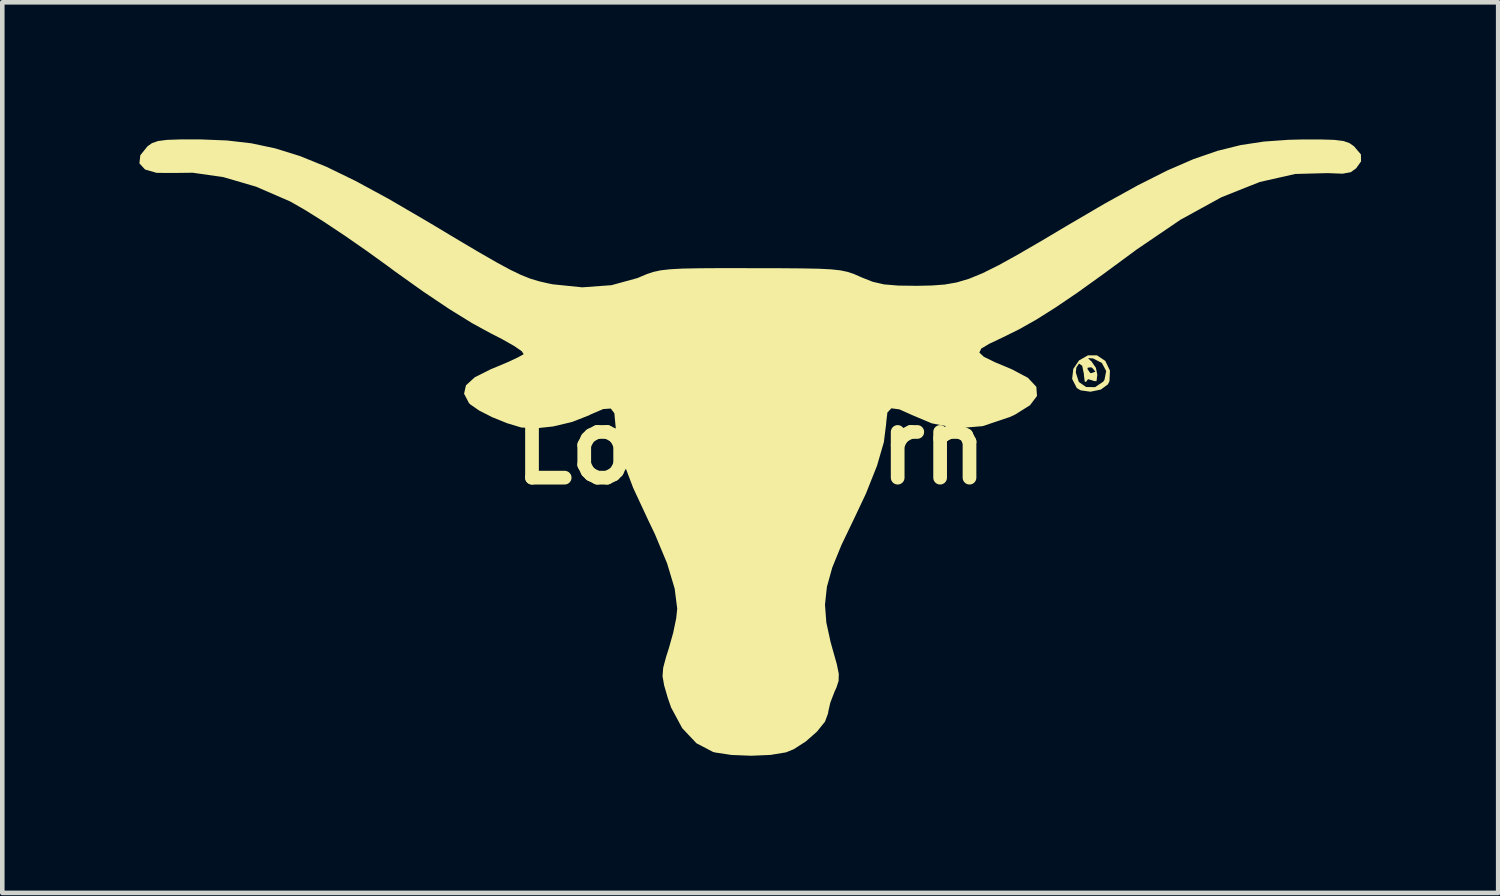
<source format=kicad_pcb>
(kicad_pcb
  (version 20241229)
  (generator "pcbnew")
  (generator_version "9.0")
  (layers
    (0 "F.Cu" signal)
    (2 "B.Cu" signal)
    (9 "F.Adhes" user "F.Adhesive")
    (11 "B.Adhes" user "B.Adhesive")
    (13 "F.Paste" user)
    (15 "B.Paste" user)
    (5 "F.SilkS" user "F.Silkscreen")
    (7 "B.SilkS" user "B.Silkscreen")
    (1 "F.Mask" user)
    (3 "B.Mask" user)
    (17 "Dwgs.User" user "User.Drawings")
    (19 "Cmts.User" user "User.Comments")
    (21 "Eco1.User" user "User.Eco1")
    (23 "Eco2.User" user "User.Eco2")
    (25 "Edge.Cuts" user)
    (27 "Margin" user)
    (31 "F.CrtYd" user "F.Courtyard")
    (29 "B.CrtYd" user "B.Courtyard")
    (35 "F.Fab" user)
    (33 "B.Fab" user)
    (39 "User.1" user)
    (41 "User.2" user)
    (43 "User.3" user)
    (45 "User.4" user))
  (footprint "Longhorn"
    (layer "F.Cu")
    (at 13.375 6.722)
    (property "Reference" "Longhorn" (at 0 0 0) (layer "F.SilkS") (effects (font (size 1.5 1.5) (thickness 0.3))))
    (attr board_only exclude_from_pos_files exclude_from_bom)
    (fp_poly (pts (xy 7.757 -1.876) (xy 7.858 -1.664) (xy 7.848 -1.433) (xy 7.814 -1.363) (xy 7.659 -1.249) (xy 7.431 -1.202) (xy 7.214 -1.233) (xy 7.133 -1.283) (xy 7.031 -1.483) (xy 7.047 -1.621) (xy 7.112 -1.621) (xy 7.177 -1.416) (xy 7.336 -1.305) (xy 7.533 -1.302) (xy 7.71 -1.421) (xy 7.738 -1.46) (xy 7.776 -1.654) (xy 7.682 -1.831) (xy 7.489 -1.93) (xy 7.484 -1.931) (xy 7.379 -1.937) (xy 7.429 -1.885) (xy 7.451 -1.87) (xy 7.551 -1.725) (xy 7.582 -1.573) (xy 7.564 -1.432) (xy 7.494 -1.439) (xy 7.484 -1.447) (xy 7.378 -1.477) (xy 7.339 -1.422) (xy 7.308 -1.419) (xy 7.29 -1.552) (xy 7.288 -1.592) (xy 7.266 -1.698) (xy 7.366 -1.698) (xy 7.427 -1.612) (xy 7.451 -1.609) (xy 7.533 -1.638) (xy 7.535 -1.646) (xy 7.476 -1.718) (xy 7.451 -1.736) (xy 7.373 -1.729) (xy 7.366 -1.698) (xy 7.266 -1.698) (xy 7.251 -1.77) (xy 7.181 -1.818) (xy 7.122 -1.728) (xy 7.112 -1.621) (xy 7.047 -1.621) (xy 7.056 -1.7) (xy 7.182 -1.887) (xy 7.377 -1.998) (xy 7.573 -1.998)) (stroke (width 0) (type solid)) (fill yes) (layer "F.SilkS"))
    (fp_poly (pts (xy -12.041 -6.722) (xy -12.035 -6.722) (xy -11.463 -6.699) (xy -10.926 -6.637) (xy -10.4 -6.525) (xy -9.86 -6.357) (xy -9.283 -6.123) (xy -8.646 -5.813) (xy -7.923 -5.421) (xy -7.092 -4.936) (xy -6.996 -4.879) (xy -6.401 -4.522) (xy -5.928 -4.243) (xy -5.557 -4.03) (xy -5.265 -3.872) (xy -5.031 -3.759) (xy -4.832 -3.679) (xy -4.647 -3.622) (xy -4.454 -3.577) (xy -4.334 -3.552) (xy -3.685 -3.486) (xy -3.046 -3.533) (xy -2.478 -3.689) (xy -2.419 -3.714) (xy -2.272 -3.776) (xy -2.13 -3.823) (xy -1.97 -3.858) (xy -1.766 -3.881) (xy -1.493 -3.896) (xy -1.126 -3.903) (xy -0.64 -3.906) (xy -0.01 -3.905) (xy 0 -3.905) (xy 0.632 -3.904) (xy 1.12 -3.9) (xy 1.488 -3.893) (xy 1.76 -3.879) (xy 1.962 -3.857) (xy 2.117 -3.824) (xy 2.251 -3.78) (xy 2.388 -3.72) (xy 2.429 -3.702) (xy 2.668 -3.607) (xy 2.917 -3.55) (xy 3.228 -3.524) (xy 3.641 -3.519) (xy 3.962 -3.526) (xy 4.243 -3.547) (xy 4.506 -3.593) (xy 4.775 -3.673) (xy 5.074 -3.796) (xy 5.428 -3.972) (xy 5.859 -4.211) (xy 6.392 -4.521) (xy 6.896 -4.821) (xy 7.741 -5.316) (xy 8.472 -5.72) (xy 9.112 -6.042) (xy 9.684 -6.29) (xy 10.212 -6.472) (xy 10.718 -6.598) (xy 11.226 -6.675) (xy 11.759 -6.713) (xy 12.035 -6.72) (xy 12.47 -6.721) (xy 12.769 -6.712) (xy 12.967 -6.687) (xy 13.099 -6.641) (xy 13.197 -6.572) (xy 13.199 -6.57) (xy 13.349 -6.394) (xy 13.352 -6.241) (xy 13.245 -6.09) (xy 13.128 -6.005) (xy 12.949 -5.972) (xy 12.659 -5.983) (xy 12.631 -5.985) (xy 11.912 -5.966) (xy 11.134 -5.79) (xy 10.298 -5.457) (xy 9.402 -4.965) (xy 8.447 -4.316) (xy 8.382 -4.268) (xy 7.707 -3.771) (xy 7.142 -3.366) (xy 6.662 -3.041) (xy 6.248 -2.78) (xy 5.876 -2.57) (xy 5.525 -2.396) (xy 5.517 -2.392) (xy 5.217 -2.25) (xy 5.043 -2.146) (xy 5.001 -2.059) (xy 5.098 -1.967) (xy 5.339 -1.849) (xy 5.712 -1.693) (xy 6.064 -1.506) (xy 6.248 -1.31) (xy 6.262 -1.109) (xy 6.109 -0.906) (xy 5.786 -0.703) (xy 5.673 -0.65) (xy 5.074 -0.449) (xy 4.514 -0.402) (xy 3.958 -0.511) (xy 3.538 -0.688) (xy 3.251 -0.816) (xy 3.077 -0.839) (xy 2.989 -0.747) (xy 2.964 -0.535) (xy 2.963 -0.505) (xy 2.912 -0.099) (xy 2.762 0.418) (xy 2.52 1.026) (xy 2.27 1.556) (xy 1.983 2.154) (xy 1.783 2.645) (xy 1.666 3.067) (xy 1.624 3.456) (xy 1.653 3.845) (xy 1.746 4.272) (xy 1.792 4.437) (xy 1.883 4.759) (xy 1.926 4.971) (xy 1.922 5.124) (xy 1.875 5.269) (xy 1.834 5.358) (xy 1.741 5.6) (xy 1.694 5.805) (xy 1.693 5.83) (xy 1.625 6.015) (xy 1.448 6.235) (xy 1.205 6.449) (xy 0.941 6.619) (xy 0.771 6.688) (xy 0.433 6.744) (xy 0.009 6.762) (xy -0.421 6.745) (xy -0.778 6.691) (xy -0.825 6.679) (xy -1.188 6.489) (xy -1.5 6.158) (xy -1.742 5.708) (xy -1.812 5.507) (xy -1.895 5.223) (xy -1.93 5.023) (xy -1.916 4.837) (xy -1.852 4.598) (xy -1.791 4.407) (xy -1.697 4.072) (xy -1.631 3.755) (xy -1.609 3.544) (xy -1.665 3.104) (xy -1.83 2.554) (xy -2.099 1.909) (xy -2.248 1.599) (xy -2.572 0.903) (xy -2.802 0.297) (xy -2.933 -0.206) (xy -2.963 -0.505) (xy -2.984 -0.731) (xy -3.063 -0.834) (xy -3.227 -0.823) (xy -3.5 -0.706) (xy -3.542 -0.684) (xy -3.907 -0.541) (xy -4.323 -0.442) (xy -4.723 -0.399) (xy -5.023 -0.42) (xy -5.331 -0.513) (xy -5.657 -0.645) (xy -5.945 -0.792) (xy -6.139 -0.927) (xy -6.166 -0.955) (xy -6.272 -1.158) (xy -6.231 -1.342) (xy -6.037 -1.519) (xy -5.681 -1.697) (xy -5.631 -1.717) (xy -5.335 -1.841) (xy -5.102 -1.949) (xy -4.975 -2.019) (xy -4.969 -2.025) (xy -5.01 -2.088) (xy -5.177 -2.203) (xy -5.441 -2.353) (xy -5.688 -2.479) (xy -6.093 -2.7) (xy -6.598 -3.012) (xy -7.173 -3.398) (xy -7.79 -3.838) (xy -7.916 -3.932) (xy -8.401 -4.282) (xy -8.894 -4.624) (xy -9.36 -4.934) (xy -9.766 -5.187) (xy -10.074 -5.363) (xy -10.091 -5.371) (xy -10.82 -5.687) (xy -11.538 -5.897) (xy -12.209 -5.993) (xy -12.628 -5.988) (xy -12.998 -5.99) (xy -13.252 -6.064) (xy -13.375 -6.197) (xy -13.355 -6.376) (xy -13.199 -6.57) (xy -13.101 -6.64) (xy -12.97 -6.686) (xy -12.773 -6.712) (xy -12.474 -6.722)) (stroke (width 0) (type solid)) (fill yes) (layer "F.SilkS")))
  (gr_rect
    (start -3 -3)
    (end 29.727 16.485)
    (stroke (width 0.1) (type default))
    (fill no)
    (layer "Edge.Cuts")))
</source>
